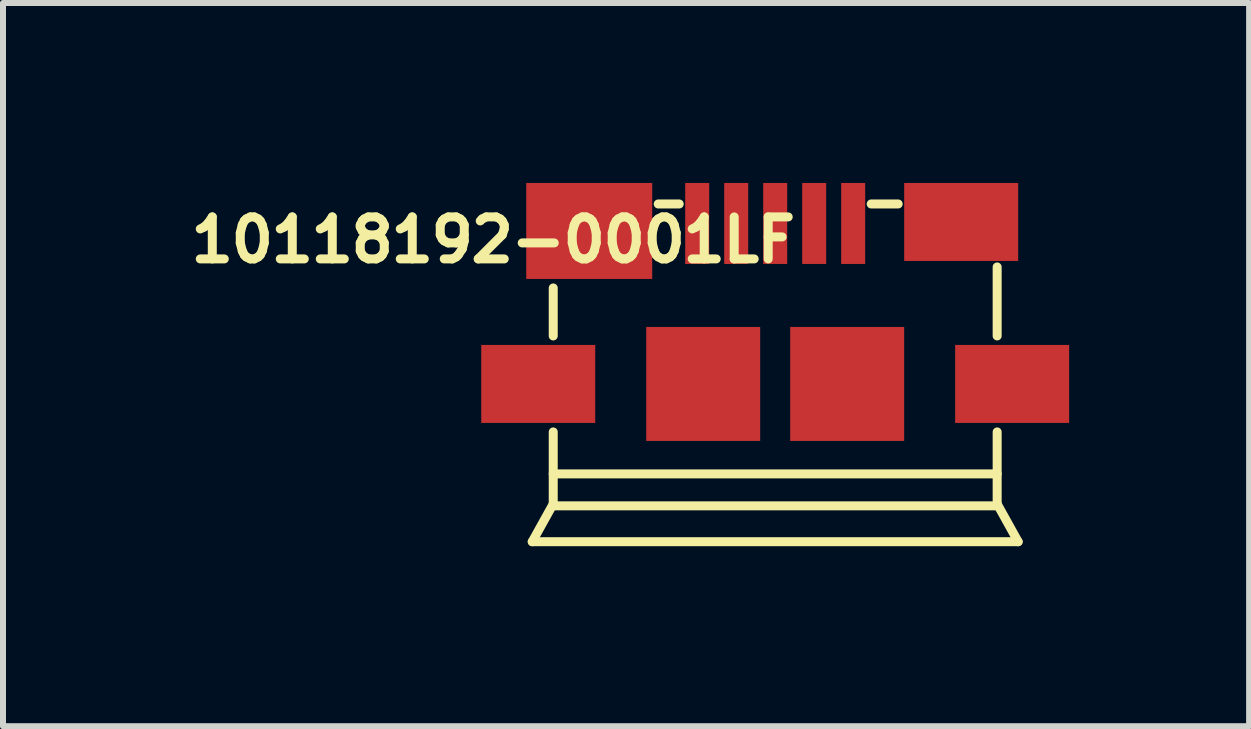
<source format=kicad_pcb>
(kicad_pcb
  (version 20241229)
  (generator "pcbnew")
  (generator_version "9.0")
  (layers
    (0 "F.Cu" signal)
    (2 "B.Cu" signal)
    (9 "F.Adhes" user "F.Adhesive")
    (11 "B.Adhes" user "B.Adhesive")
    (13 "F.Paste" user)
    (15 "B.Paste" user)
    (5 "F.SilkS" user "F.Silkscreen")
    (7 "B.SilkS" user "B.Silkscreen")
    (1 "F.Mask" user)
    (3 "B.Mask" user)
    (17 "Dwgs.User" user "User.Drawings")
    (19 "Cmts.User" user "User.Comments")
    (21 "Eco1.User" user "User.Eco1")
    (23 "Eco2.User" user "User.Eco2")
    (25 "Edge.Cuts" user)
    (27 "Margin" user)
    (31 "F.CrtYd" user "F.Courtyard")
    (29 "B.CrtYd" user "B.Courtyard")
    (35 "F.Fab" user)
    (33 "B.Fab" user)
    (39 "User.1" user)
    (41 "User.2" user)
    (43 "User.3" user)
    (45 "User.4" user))
  (footprint "10118192-0001LF"
    (layer "F.Cu")
    (at 9.872 4.85)
    (property "Reference" "10118192-0001LF" (at -4.7 -3.9 0) (layer "F.SilkS") (effects (font (size 0.7 0.7) (thickness 0.15))))
    (attr smd)
    (fp_line (start -4.05 1.13) (end -3.7 0.5) (stroke (width 0.15) (type solid)) (layer "F.SilkS"))
    (fp_line (start -3.7 -2.3) (end -3.7 -3.1) (stroke (width 0.15) (type solid)) (layer "F.SilkS"))
    (fp_line (start -3.7 -0.7) (end -3.7 0.5) (stroke (width 0.15) (type solid)) (layer "F.SilkS"))
    (fp_line (start -3.7 0) (end 3.7 0) (stroke (width 0.15) (type solid)) (layer "F.SilkS"))
    (fp_line (start -3.683 0.532) (end 3.683 0.532) (stroke (width 0.15) (type solid)) (layer "F.SilkS"))
    (fp_line (start -1.95 -4.5) (end -1.6 -4.5) (stroke (width 0.15) (type solid)) (layer "F.SilkS"))
    (fp_line (start 2.05 -4.5) (end 1.6 -4.5) (stroke (width 0.15) (type solid)) (layer "F.SilkS"))
    (fp_line (start 3.7 -3.45) (end 3.7 -2.3) (stroke (width 0.15) (type solid)) (layer "F.SilkS"))
    (fp_line (start 3.7 -0.7) (end 3.7 0.5) (stroke (width 0.15) (type solid)) (layer "F.SilkS"))
    (fp_line (start 3.7 0.5) (end 4.05 1.13) (stroke (width 0.15) (type solid)) (layer "F.SilkS"))
    (fp_line (start 4.05 1.13) (end -4.05 1.13) (stroke (width 0.15) (type solid)) (layer "F.SilkS"))
    (pad "1" smd rect (at -1.3 -4.175) (size 0.4 1.35) (layers "F.Cu" "F.Mask" "F.Paste"))
    (pad "2" smd rect (at -0.65 -4.175) (size 0.4 1.35) (layers "F.Cu" "F.Mask" "F.Paste"))
    (pad "3" smd rect (at 0 -4.175) (size 0.4 1.35) (layers "F.Cu" "F.Mask" "F.Paste"))
    (pad "4" smd rect (at 0.65 -4.175) (size 0.4 1.35) (layers "F.Cu" "F.Mask" "F.Paste"))
    (pad "5" smd rect (at 1.3 -4.175) (size 0.4 1.35) (layers "F.Cu" "F.Mask" "F.Paste"))
    (pad "6" smd rect (at -3.95 -1.5) (size 1.9 1.3) (layers "F.Cu" "F.Mask" "F.Paste"))
    (pad "6" smd rect (at -3.1 -4.05) (size 2.1 1.6) (layers "F.Cu" "F.Mask" "F.Paste"))
    (pad "6" smd rect (at 3.1 -4.2) (size 1.9 1.3) (layers "F.Cu" "F.Mask" "F.Paste"))
    (pad "6" smd rect (at 3.95 -1.5) (size 1.9 1.3) (layers "F.Cu" "F.Mask" "F.Paste"))
    (pad "7" smd rect (at 1.2 -1.5) (size 1.9 1.9) (layers "F.Cu" "F.Mask" "F.Paste"))
    (pad "8" smd rect (at -1.2 -1.5) (size 1.9 1.9) (layers "F.Cu" "F.Mask" "F.Paste")))
  (gr_rect
    (start -3 -3)
    (end 17.772 9.055)
    (stroke (width 0.1) (type default))
    (fill no)
    (layer "Edge.Cuts")))
</source>
